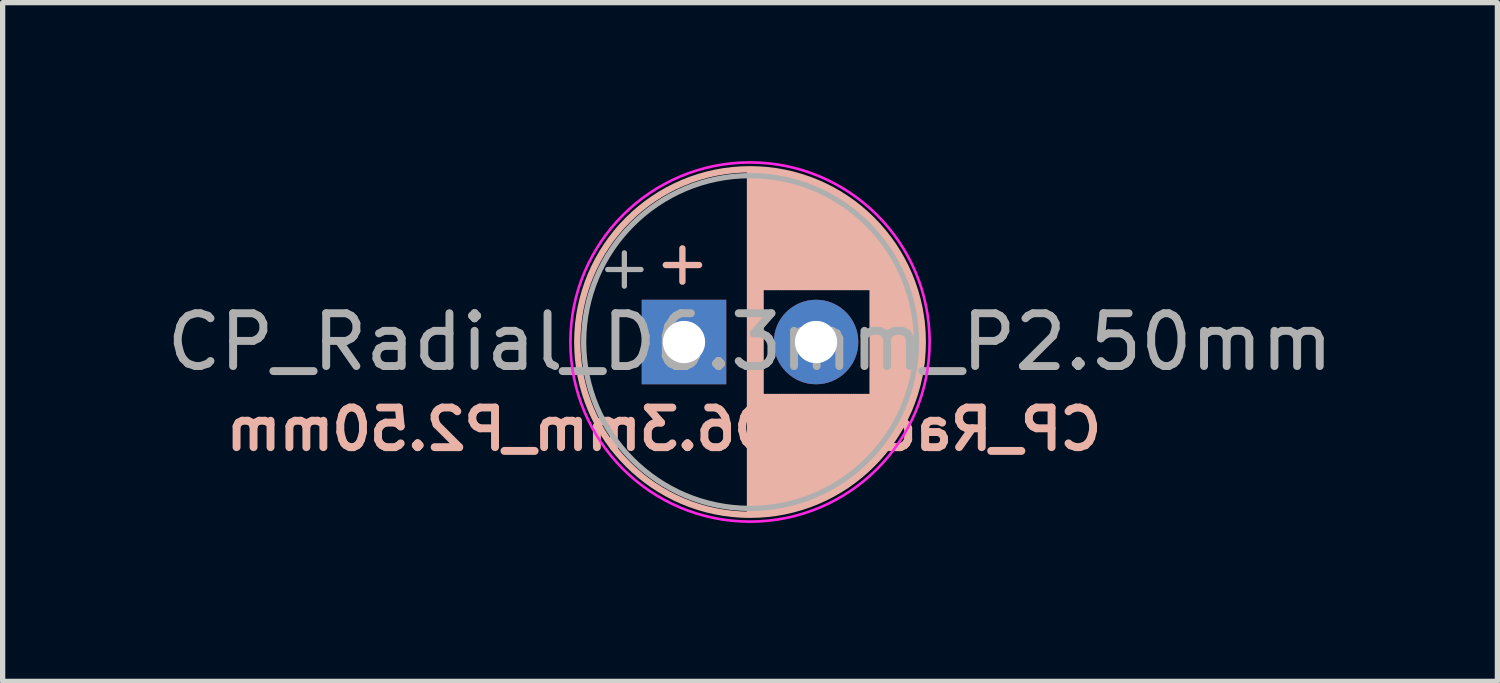
<source format=kicad_pcb>
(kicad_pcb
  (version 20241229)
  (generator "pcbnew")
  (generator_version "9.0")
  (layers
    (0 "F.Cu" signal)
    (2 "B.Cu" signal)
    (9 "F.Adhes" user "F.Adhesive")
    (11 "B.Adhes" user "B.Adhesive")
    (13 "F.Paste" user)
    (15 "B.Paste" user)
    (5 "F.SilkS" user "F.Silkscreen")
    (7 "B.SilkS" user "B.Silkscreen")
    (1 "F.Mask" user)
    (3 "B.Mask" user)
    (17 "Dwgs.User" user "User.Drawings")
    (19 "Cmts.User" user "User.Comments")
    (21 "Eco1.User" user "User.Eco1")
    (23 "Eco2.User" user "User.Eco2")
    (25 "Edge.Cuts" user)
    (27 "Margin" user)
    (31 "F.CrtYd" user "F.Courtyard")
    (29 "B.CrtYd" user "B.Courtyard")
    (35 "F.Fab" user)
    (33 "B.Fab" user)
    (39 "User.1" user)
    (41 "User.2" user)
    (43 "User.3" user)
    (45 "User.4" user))
  (footprint "CP_Radial_D6.3mm_P2.50mm"
    (layer "F.Cu")
    (at 9.899 3.425)
    (property "Reference" "CP_Radial_D6.3mm_P2.50mm" (at -0.381 1.651 0) (layer "B.SilkS") (effects (font (size 0.75 0.75) (thickness 0.15)) (justify mirror)))
    (attr through_hole)
    (fp_line (start -0.345 -1.458) (end 0.285 -1.458) (stroke (width 0.12) (type solid)) (layer "B.SilkS"))
    (fp_line (start -0.03 -1.773) (end -0.03 -1.143) (stroke (width 0.12) (type solid)) (layer "B.SilkS"))
    (fp_line (start 1.25 -3.23) (end 1.25 3.23) (stroke (width 0.12) (type solid)) (layer "B.SilkS"))
    (fp_line (start 1.29 -3.23) (end 1.29 3.23) (stroke (width 0.12) (type solid)) (layer "B.SilkS"))
    (fp_line (start 1.33 -3.23) (end 1.33 3.23) (stroke (width 0.12) (type solid)) (layer "B.SilkS"))
    (fp_line (start 1.37 -3.228) (end 1.37 3.228) (stroke (width 0.12) (type solid)) (layer "B.SilkS"))
    (fp_line (start 1.41 -3.227) (end 1.41 3.227) (stroke (width 0.12) (type solid)) (layer "B.SilkS"))
    (fp_line (start 1.45 -3.224) (end 1.45 3.224) (stroke (width 0.12) (type solid)) (layer "B.SilkS"))
    (fp_line (start 1.49 -3.222) (end 1.49 -1.04) (stroke (width 0.12) (type solid)) (layer "B.SilkS"))
    (fp_line (start 1.49 1.04) (end 1.49 3.222) (stroke (width 0.12) (type solid)) (layer "B.SilkS"))
    (fp_line (start 1.53 -3.218) (end 1.53 -1.04) (stroke (width 0.12) (type solid)) (layer "B.SilkS"))
    (fp_line (start 1.53 1.04) (end 1.53 3.218) (stroke (width 0.12) (type solid)) (layer "B.SilkS"))
    (fp_line (start 1.57 -3.215) (end 1.57 -1.04) (stroke (width 0.12) (type solid)) (layer "B.SilkS"))
    (fp_line (start 1.57 1.04) (end 1.57 3.215) (stroke (width 0.12) (type solid)) (layer "B.SilkS"))
    (fp_line (start 1.61 -3.211) (end 1.61 -1.04) (stroke (width 0.12) (type solid)) (layer "B.SilkS"))
    (fp_line (start 1.61 1.04) (end 1.61 3.211) (stroke (width 0.12) (type solid)) (layer "B.SilkS"))
    (fp_line (start 1.65 -3.206) (end 1.65 -1.04) (stroke (width 0.12) (type solid)) (layer "B.SilkS"))
    (fp_line (start 1.65 1.04) (end 1.65 3.206) (stroke (width 0.12) (type solid)) (layer "B.SilkS"))
    (fp_line (start 1.69 -3.201) (end 1.69 -1.04) (stroke (width 0.12) (type solid)) (layer "B.SilkS"))
    (fp_line (start 1.69 1.04) (end 1.69 3.201) (stroke (width 0.12) (type solid)) (layer "B.SilkS"))
    (fp_line (start 1.73 -3.195) (end 1.73 -1.04) (stroke (width 0.12) (type solid)) (layer "B.SilkS"))
    (fp_line (start 1.73 1.04) (end 1.73 3.195) (stroke (width 0.12) (type solid)) (layer "B.SilkS"))
    (fp_line (start 1.77 -3.189) (end 1.77 -1.04) (stroke (width 0.12) (type solid)) (layer "B.SilkS"))
    (fp_line (start 1.77 1.04) (end 1.77 3.189) (stroke (width 0.12) (type solid)) (layer "B.SilkS"))
    (fp_line (start 1.81 -3.182) (end 1.81 -1.04) (stroke (width 0.12) (type solid)) (layer "B.SilkS"))
    (fp_line (start 1.81 1.04) (end 1.81 3.182) (stroke (width 0.12) (type solid)) (layer "B.SilkS"))
    (fp_line (start 1.85 -3.175) (end 1.85 -1.04) (stroke (width 0.12) (type solid)) (layer "B.SilkS"))
    (fp_line (start 1.85 1.04) (end 1.85 3.175) (stroke (width 0.12) (type solid)) (layer "B.SilkS"))
    (fp_line (start 1.89 -3.167) (end 1.89 -1.04) (stroke (width 0.12) (type solid)) (layer "B.SilkS"))
    (fp_line (start 1.89 1.04) (end 1.89 3.167) (stroke (width 0.12) (type solid)) (layer "B.SilkS"))
    (fp_line (start 1.93 -3.159) (end 1.93 -1.04) (stroke (width 0.12) (type solid)) (layer "B.SilkS"))
    (fp_line (start 1.93 1.04) (end 1.93 3.159) (stroke (width 0.12) (type solid)) (layer "B.SilkS"))
    (fp_line (start 1.971 -3.15) (end 1.971 -1.04) (stroke (width 0.12) (type solid)) (layer "B.SilkS"))
    (fp_line (start 1.971 1.04) (end 1.971 3.15) (stroke (width 0.12) (type solid)) (layer "B.SilkS"))
    (fp_line (start 2.011 -3.141) (end 2.011 -1.04) (stroke (width 0.12) (type solid)) (layer "B.SilkS"))
    (fp_line (start 2.011 1.04) (end 2.011 3.141) (stroke (width 0.12) (type solid)) (layer "B.SilkS"))
    (fp_line (start 2.051 -3.131) (end 2.051 -1.04) (stroke (width 0.12) (type solid)) (layer "B.SilkS"))
    (fp_line (start 2.051 1.04) (end 2.051 3.131) (stroke (width 0.12) (type solid)) (layer "B.SilkS"))
    (fp_line (start 2.091 -3.121) (end 2.091 -1.04) (stroke (width 0.12) (type solid)) (layer "B.SilkS"))
    (fp_line (start 2.091 1.04) (end 2.091 3.121) (stroke (width 0.12) (type solid)) (layer "B.SilkS"))
    (fp_line (start 2.131 -3.11) (end 2.131 -1.04) (stroke (width 0.12) (type solid)) (layer "B.SilkS"))
    (fp_line (start 2.131 1.04) (end 2.131 3.11) (stroke (width 0.12) (type solid)) (layer "B.SilkS"))
    (fp_line (start 2.171 -3.098) (end 2.171 -1.04) (stroke (width 0.12) (type solid)) (layer "B.SilkS"))
    (fp_line (start 2.171 1.04) (end 2.171 3.098) (stroke (width 0.12) (type solid)) (layer "B.SilkS"))
    (fp_line (start 2.211 -3.086) (end 2.211 -1.04) (stroke (width 0.12) (type solid)) (layer "B.SilkS"))
    (fp_line (start 2.211 1.04) (end 2.211 3.086) (stroke (width 0.12) (type solid)) (layer "B.SilkS"))
    (fp_line (start 2.251 -3.074) (end 2.251 -1.04) (stroke (width 0.12) (type solid)) (layer "B.SilkS"))
    (fp_line (start 2.251 1.04) (end 2.251 3.074) (stroke (width 0.12) (type solid)) (layer "B.SilkS"))
    (fp_line (start 2.291 -3.061) (end 2.291 -1.04) (stroke (width 0.12) (type solid)) (layer "B.SilkS"))
    (fp_line (start 2.291 1.04) (end 2.291 3.061) (stroke (width 0.12) (type solid)) (layer "B.SilkS"))
    (fp_line (start 2.331 -3.047) (end 2.331 -1.04) (stroke (width 0.12) (type solid)) (layer "B.SilkS"))
    (fp_line (start 2.331 1.04) (end 2.331 3.047) (stroke (width 0.12) (type solid)) (layer "B.SilkS"))
    (fp_line (start 2.371 -3.033) (end 2.371 -1.04) (stroke (width 0.12) (type solid)) (layer "B.SilkS"))
    (fp_line (start 2.371 1.04) (end 2.371 3.033) (stroke (width 0.12) (type solid)) (layer "B.SilkS"))
    (fp_line (start 2.411 -3.018) (end 2.411 -1.04) (stroke (width 0.12) (type solid)) (layer "B.SilkS"))
    (fp_line (start 2.411 1.04) (end 2.411 3.018) (stroke (width 0.12) (type solid)) (layer "B.SilkS"))
    (fp_line (start 2.451 -3.002) (end 2.451 -1.04) (stroke (width 0.12) (type solid)) (layer "B.SilkS"))
    (fp_line (start 2.451 1.04) (end 2.451 3.002) (stroke (width 0.12) (type solid)) (layer "B.SilkS"))
    (fp_line (start 2.491 -2.986) (end 2.491 -1.04) (stroke (width 0.12) (type solid)) (layer "B.SilkS"))
    (fp_line (start 2.491 1.04) (end 2.491 2.986) (stroke (width 0.12) (type solid)) (layer "B.SilkS"))
    (fp_line (start 2.531 -2.97) (end 2.531 -1.04) (stroke (width 0.12) (type solid)) (layer "B.SilkS"))
    (fp_line (start 2.531 1.04) (end 2.531 2.97) (stroke (width 0.12) (type solid)) (layer "B.SilkS"))
    (fp_line (start 2.571 -2.952) (end 2.571 -1.04) (stroke (width 0.12) (type solid)) (layer "B.SilkS"))
    (fp_line (start 2.571 1.04) (end 2.571 2.952) (stroke (width 0.12) (type solid)) (layer "B.SilkS"))
    (fp_line (start 2.611 -2.934) (end 2.611 -1.04) (stroke (width 0.12) (type solid)) (layer "B.SilkS"))
    (fp_line (start 2.611 1.04) (end 2.611 2.934) (stroke (width 0.12) (type solid)) (layer "B.SilkS"))
    (fp_line (start 2.651 -2.916) (end 2.651 -1.04) (stroke (width 0.12) (type solid)) (layer "B.SilkS"))
    (fp_line (start 2.651 1.04) (end 2.651 2.916) (stroke (width 0.12) (type solid)) (layer "B.SilkS"))
    (fp_line (start 2.691 -2.896) (end 2.691 -1.04) (stroke (width 0.12) (type solid)) (layer "B.SilkS"))
    (fp_line (start 2.691 1.04) (end 2.691 2.896) (stroke (width 0.12) (type solid)) (layer "B.SilkS"))
    (fp_line (start 2.731 -2.876) (end 2.731 -1.04) (stroke (width 0.12) (type solid)) (layer "B.SilkS"))
    (fp_line (start 2.731 1.04) (end 2.731 2.876) (stroke (width 0.12) (type solid)) (layer "B.SilkS"))
    (fp_line (start 2.771 -2.856) (end 2.771 -1.04) (stroke (width 0.12) (type solid)) (layer "B.SilkS"))
    (fp_line (start 2.771 1.04) (end 2.771 2.856) (stroke (width 0.12) (type solid)) (layer "B.SilkS"))
    (fp_line (start 2.811 -2.834) (end 2.811 -1.04) (stroke (width 0.12) (type solid)) (layer "B.SilkS"))
    (fp_line (start 2.811 1.04) (end 2.811 2.834) (stroke (width 0.12) (type solid)) (layer "B.SilkS"))
    (fp_line (start 2.851 -2.812) (end 2.851 -1.04) (stroke (width 0.12) (type solid)) (layer "B.SilkS"))
    (fp_line (start 2.851 1.04) (end 2.851 2.812) (stroke (width 0.12) (type solid)) (layer "B.SilkS"))
    (fp_line (start 2.891 -2.79) (end 2.891 -1.04) (stroke (width 0.12) (type solid)) (layer "B.SilkS"))
    (fp_line (start 2.891 1.04) (end 2.891 2.79) (stroke (width 0.12) (type solid)) (layer "B.SilkS"))
    (fp_line (start 2.931 -2.766) (end 2.931 -1.04) (stroke (width 0.12) (type solid)) (layer "B.SilkS"))
    (fp_line (start 2.931 1.04) (end 2.931 2.766) (stroke (width 0.12) (type solid)) (layer "B.SilkS"))
    (fp_line (start 2.971 -2.742) (end 2.971 -1.04) (stroke (width 0.12) (type solid)) (layer "B.SilkS"))
    (fp_line (start 2.971 1.04) (end 2.971 2.742) (stroke (width 0.12) (type solid)) (layer "B.SilkS"))
    (fp_line (start 3.011 -2.716) (end 3.011 -1.04) (stroke (width 0.12) (type solid)) (layer "B.SilkS"))
    (fp_line (start 3.011 1.04) (end 3.011 2.716) (stroke (width 0.12) (type solid)) (layer "B.SilkS"))
    (fp_line (start 3.051 -2.69) (end 3.051 -1.04) (stroke (width 0.12) (type solid)) (layer "B.SilkS"))
    (fp_line (start 3.051 1.04) (end 3.051 2.69) (stroke (width 0.12) (type solid)) (layer "B.SilkS"))
    (fp_line (start 3.091 -2.664) (end 3.091 -1.04) (stroke (width 0.12) (type solid)) (layer "B.SilkS"))
    (fp_line (start 3.091 1.04) (end 3.091 2.664) (stroke (width 0.12) (type solid)) (layer "B.SilkS"))
    (fp_line (start 3.131 -2.636) (end 3.131 -1.04) (stroke (width 0.12) (type solid)) (layer "B.SilkS"))
    (fp_line (start 3.131 1.04) (end 3.131 2.636) (stroke (width 0.12) (type solid)) (layer "B.SilkS"))
    (fp_line (start 3.171 -2.607) (end 3.171 -1.04) (stroke (width 0.12) (type solid)) (layer "B.SilkS"))
    (fp_line (start 3.171 1.04) (end 3.171 2.607) (stroke (width 0.12) (type solid)) (layer "B.SilkS"))
    (fp_line (start 3.211 -2.578) (end 3.211 -1.04) (stroke (width 0.12) (type solid)) (layer "B.SilkS"))
    (fp_line (start 3.211 1.04) (end 3.211 2.578) (stroke (width 0.12) (type solid)) (layer "B.SilkS"))
    (fp_line (start 3.251 -2.548) (end 3.251 -1.04) (stroke (width 0.12) (type solid)) (layer "B.SilkS"))
    (fp_line (start 3.251 1.04) (end 3.251 2.548) (stroke (width 0.12) (type solid)) (layer "B.SilkS"))
    (fp_line (start 3.291 -2.516) (end 3.291 -1.04) (stroke (width 0.12) (type solid)) (layer "B.SilkS"))
    (fp_line (start 3.291 1.04) (end 3.291 2.516) (stroke (width 0.12) (type solid)) (layer "B.SilkS"))
    (fp_line (start 3.331 -2.484) (end 3.331 -1.04) (stroke (width 0.12) (type solid)) (layer "B.SilkS"))
    (fp_line (start 3.331 1.04) (end 3.331 2.484) (stroke (width 0.12) (type solid)) (layer "B.SilkS"))
    (fp_line (start 3.371 -2.45) (end 3.371 -1.04) (stroke (width 0.12) (type solid)) (layer "B.SilkS"))
    (fp_line (start 3.371 1.04) (end 3.371 2.45) (stroke (width 0.12) (type solid)) (layer "B.SilkS"))
    (fp_line (start 3.411 -2.416) (end 3.411 -1.04) (stroke (width 0.12) (type solid)) (layer "B.SilkS"))
    (fp_line (start 3.411 1.04) (end 3.411 2.416) (stroke (width 0.12) (type solid)) (layer "B.SilkS"))
    (fp_line (start 3.451 -2.38) (end 3.451 -1.04) (stroke (width 0.12) (type solid)) (layer "B.SilkS"))
    (fp_line (start 3.451 1.04) (end 3.451 2.38) (stroke (width 0.12) (type solid)) (layer "B.SilkS"))
    (fp_line (start 3.491 -2.343) (end 3.491 -1.04) (stroke (width 0.12) (type solid)) (layer "B.SilkS"))
    (fp_line (start 3.491 1.04) (end 3.491 2.343) (stroke (width 0.12) (type solid)) (layer "B.SilkS"))
    (fp_line (start 3.531 -2.305) (end 3.531 -1.04) (stroke (width 0.12) (type solid)) (layer "B.SilkS"))
    (fp_line (start 3.531 1.04) (end 3.531 2.305) (stroke (width 0.12) (type solid)) (layer "B.SilkS"))
    (fp_line (start 3.571 -2.265) (end 3.571 2.265) (stroke (width 0.12) (type solid)) (layer "B.SilkS"))
    (fp_line (start 3.611 -2.224) (end 3.611 2.224) (stroke (width 0.12) (type solid)) (layer "B.SilkS"))
    (fp_line (start 3.651 -2.182) (end 3.651 2.182) (stroke (width 0.12) (type solid)) (layer "B.SilkS"))
    (fp_line (start 3.691 -2.137) (end 3.691 2.137) (stroke (width 0.12) (type solid)) (layer "B.SilkS"))
    (fp_line (start 3.731 -2.092) (end 3.731 2.092) (stroke (width 0.12) (type solid)) (layer "B.SilkS"))
    (fp_line (start 3.771 -2.044) (end 3.771 2.044) (stroke (width 0.12) (type solid)) (layer "B.SilkS"))
    (fp_line (start 3.811 -1.995) (end 3.811 1.995) (stroke (width 0.12) (type solid)) (layer "B.SilkS"))
    (fp_line (start 3.851 -1.944) (end 3.851 1.944) (stroke (width 0.12) (type solid)) (layer "B.SilkS"))
    (fp_line (start 3.891 -1.89) (end 3.891 1.89) (stroke (width 0.12) (type solid)) (layer "B.SilkS"))
    (fp_line (start 3.931 -1.834) (end 3.931 1.834) (stroke (width 0.12) (type solid)) (layer "B.SilkS"))
    (fp_line (start 3.971 -1.776) (end 3.971 1.776) (stroke (width 0.12) (type solid)) (layer "B.SilkS"))
    (fp_line (start 4.011 -1.714) (end 4.011 1.714) (stroke (width 0.12) (type solid)) (layer "B.SilkS"))
    (fp_line (start 4.051 -1.65) (end 4.051 1.65) (stroke (width 0.12) (type solid)) (layer "B.SilkS"))
    (fp_line (start 4.091 -1.581) (end 4.091 1.581) (stroke (width 0.12) (type solid)) (layer "B.SilkS"))
    (fp_line (start 4.131 -1.509) (end 4.131 1.509) (stroke (width 0.12) (type solid)) (layer "B.SilkS"))
    (fp_line (start 4.171 -1.432) (end 4.171 1.432) (stroke (width 0.12) (type solid)) (layer "B.SilkS"))
    (fp_line (start 4.211 -1.35) (end 4.211 1.35) (stroke (width 0.12) (type solid)) (layer "B.SilkS"))
    (fp_line (start 4.251 -1.262) (end 4.251 1.262) (stroke (width 0.12) (type solid)) (layer "B.SilkS"))
    (fp_line (start 4.291 -1.165) (end 4.291 1.165) (stroke (width 0.12) (type solid)) (layer "B.SilkS"))
    (fp_line (start 4.331 -1.059) (end 4.331 1.059) (stroke (width 0.12) (type solid)) (layer "B.SilkS"))
    (fp_line (start 4.371 -0.94) (end 4.371 0.94) (stroke (width 0.12) (type solid)) (layer "B.SilkS"))
    (fp_line (start 4.411 -0.802) (end 4.411 0.802) (stroke (width 0.12) (type solid)) (layer "B.SilkS"))
    (fp_line (start 4.451 -0.633) (end 4.451 0.633) (stroke (width 0.12) (type solid)) (layer "B.SilkS"))
    (fp_line (start 4.491 -0.402) (end 4.491 0.402) (stroke (width 0.12) (type solid)) (layer "B.SilkS"))
    (fp_circle (center 1.25 0) (end 4.52 0) (stroke (width 0.12) (type solid)) (fill no) (layer "B.SilkS"))
    (fp_circle (center 1.25 0) (end 4.65 0) (stroke (width 0.05) (type solid)) (fill no) (layer "F.CrtYd"))
    (fp_line (start -1.444 -1.373) (end -0.814 -1.373) (stroke (width 0.1) (type solid)) (layer "F.Fab"))
    (fp_line (start -1.129 -1.688) (end -1.129 -1.058) (stroke (width 0.1) (type solid)) (layer "F.Fab"))
    (fp_circle (center 1.25 0) (end 4.4 0) (stroke (width 0.1) (type solid)) (fill no) (layer "F.Fab"))
    (fp_text user "${REFERENCE}" (at 1.25 0 0) (layer "F.Fab") (effects (font (size 1 1) (thickness 0.15))))
    (pad "1" thru_hole rect (at 0 0) (size 1.6 1.6) (drill 0.8) (layers "*.Cu" "*.Mask"))
    (pad "2" thru_hole circle (at 2.5 0) (size 1.6 1.6) (drill 0.8) (layers "*.Cu" "*.Mask")))
  (gr_rect
    (start -3 -3)
    (end 25.298 9.85)
    (stroke (width 0.1) (type default))
    (fill no)
    (layer "Edge.Cuts")))
</source>
